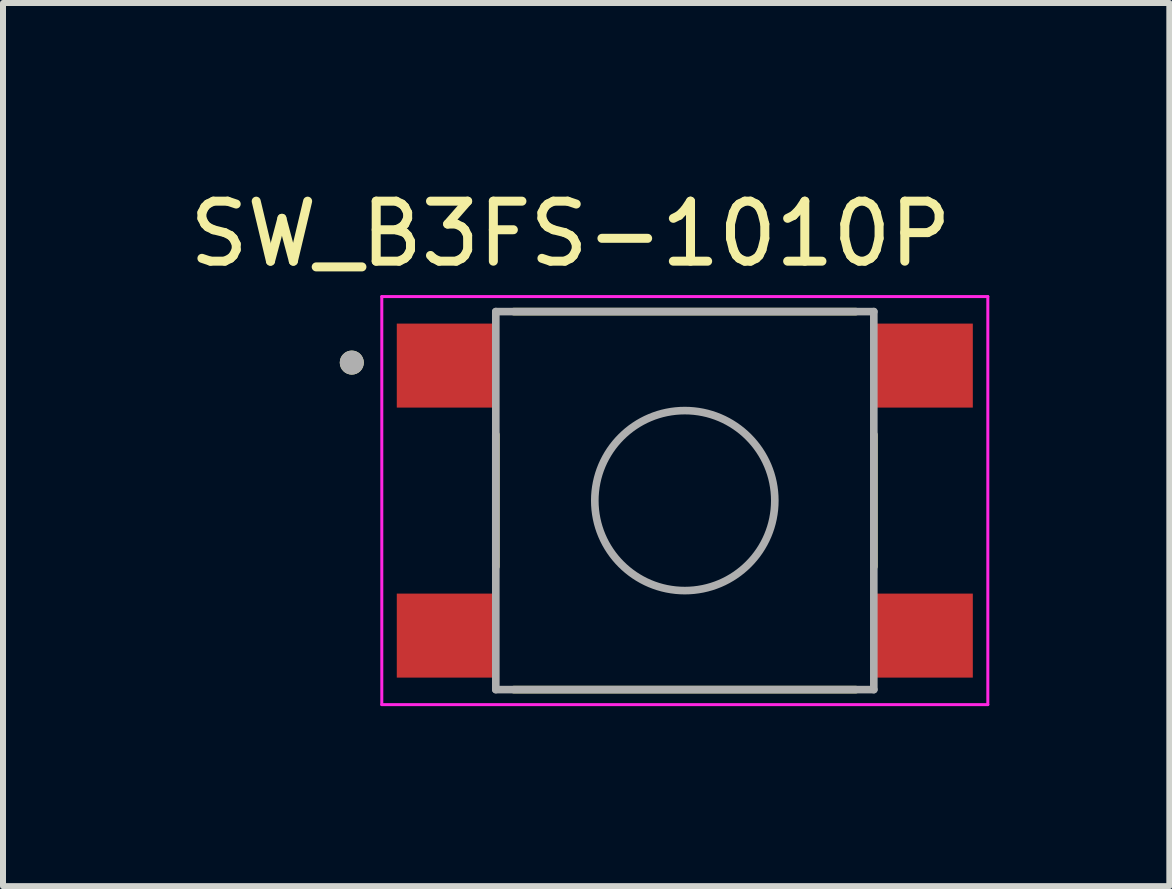
<source format=kicad_pcb>
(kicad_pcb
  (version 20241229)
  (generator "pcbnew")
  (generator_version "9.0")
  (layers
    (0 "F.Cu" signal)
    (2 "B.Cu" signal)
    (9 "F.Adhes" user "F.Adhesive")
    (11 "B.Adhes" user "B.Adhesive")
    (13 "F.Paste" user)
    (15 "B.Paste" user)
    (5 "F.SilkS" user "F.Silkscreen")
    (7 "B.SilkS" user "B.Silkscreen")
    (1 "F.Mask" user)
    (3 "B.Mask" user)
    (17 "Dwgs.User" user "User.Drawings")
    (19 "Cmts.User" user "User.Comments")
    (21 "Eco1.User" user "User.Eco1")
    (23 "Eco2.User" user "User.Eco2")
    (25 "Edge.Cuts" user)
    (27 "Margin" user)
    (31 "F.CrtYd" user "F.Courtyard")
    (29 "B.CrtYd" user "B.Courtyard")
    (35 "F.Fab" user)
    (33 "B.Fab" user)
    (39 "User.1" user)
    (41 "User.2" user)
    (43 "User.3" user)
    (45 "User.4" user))
  (footprint "SW_B3FS-1010P"
    (layer "F.Cu")
    (at 8.363 5.293)
    (property "Reference" "SW_B3FS-1010P" (at -1.905 -4.445 0) (layer "F.SilkS") (effects (font (size 1 1) (thickness 0.15))))
    (attr through_hole)
    (fp_line (start -3.15 1.1) (end -3.15 -1.1) (stroke (width 0.127) (type solid)) (layer "F.SilkS"))
    (fp_line (start -2.85 -3.15) (end 2.85 -3.15) (stroke (width 0.127) (type solid)) (layer "F.SilkS"))
    (fp_line (start -2.85 3.15) (end 2.85 3.15) (stroke (width 0.127) (type solid)) (layer "F.SilkS"))
    (fp_line (start 3.15 -1.1) (end 3.15 1.1) (stroke (width 0.127) (type solid)) (layer "F.SilkS"))
    (fp_circle (center -5.55 -2.3) (end -5.45 -2.3) (stroke (width 0.2) (type solid)) (fill no) (layer "F.SilkS"))
    (fp_line (start -5.05 -3.4) (end 5.05 -3.4) (stroke (width 0.05) (type solid)) (layer "F.CrtYd"))
    (fp_line (start -5.05 3.4) (end -5.05 -3.4) (stroke (width 0.05) (type solid)) (layer "F.CrtYd"))
    (fp_line (start 5.05 -3.4) (end 5.05 3.4) (stroke (width 0.05) (type solid)) (layer "F.CrtYd"))
    (fp_line (start 5.05 3.4) (end -5.05 3.4) (stroke (width 0.05) (type solid)) (layer "F.CrtYd"))
    (fp_line (start -3.15 -3.15) (end 3.15 -3.15) (stroke (width 0.127) (type solid)) (layer "F.Fab"))
    (fp_line (start -3.15 3.15) (end -3.15 -3.15) (stroke (width 0.127) (type solid)) (layer "F.Fab"))
    (fp_line (start 3.15 -3.15) (end 3.15 3.15) (stroke (width 0.127) (type solid)) (layer "F.Fab"))
    (fp_line (start 3.15 3.15) (end -3.15 3.15) (stroke (width 0.127) (type solid)) (layer "F.Fab"))
    (fp_circle (center -5.55 -2.3) (end -5.45 -2.3) (stroke (width 0.2) (type solid)) (fill no) (layer "F.Fab"))
    (fp_circle (center 0 0) (end 1.5 0) (stroke (width 0.127) (type solid)) (fill no) (layer "F.Fab"))
    (pad "1" smd rect (at -4 -2.25) (size 1.6 1.4) (layers "F.Cu" "F.Mask" "F.Paste"))
    (pad "2" smd rect (at 4 -2.25) (size 1.6 1.4) (layers "F.Cu" "F.Mask" "F.Paste"))
    (pad "3" smd rect (at -4 2.25) (size 1.6 1.4) (layers "F.Cu" "F.Mask" "F.Paste"))
    (pad "4" smd rect (at 4 2.25) (size 1.6 1.4) (layers "F.Cu" "F.Mask" "F.Paste")))
  (gr_rect
    (start -3 -3)
    (end 16.438 11.718)
    (stroke (width 0.1) (type default))
    (fill no)
    (layer "Edge.Cuts")))
</source>
